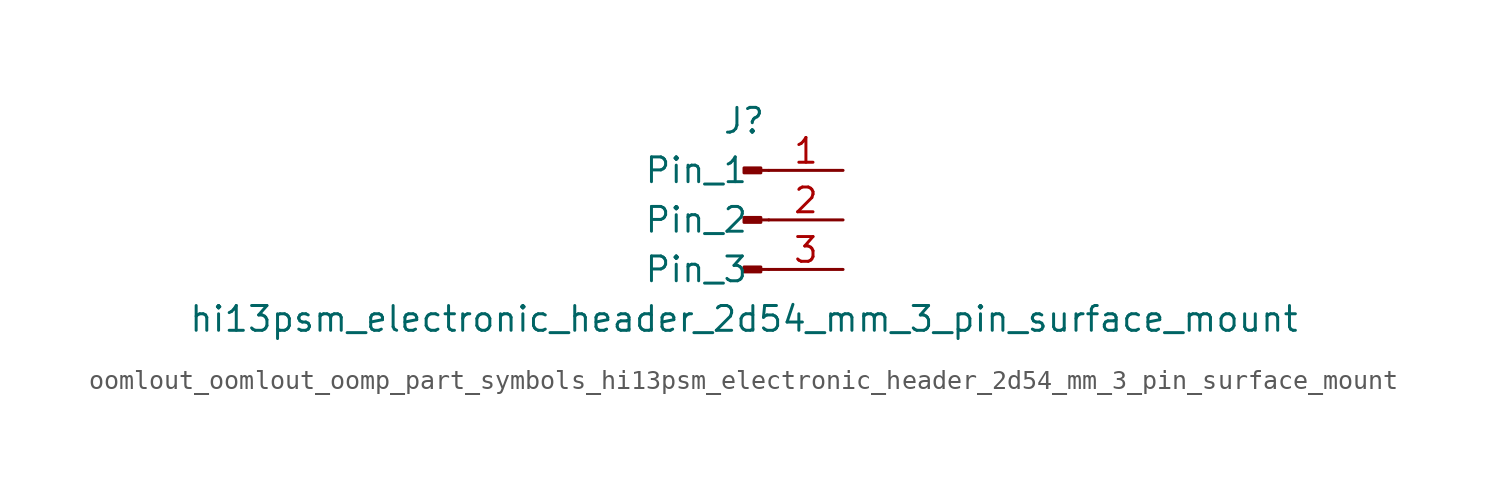
<source format=kicad_sym>
(kicad_symbol_lib
  (version 20220914)
  (generator kicad_symbol_editor)
  (symbol "oomlout_oomlout_oomp_part_symbols_hi13psm_electronic_header_2d54_mm_3_pin_surface_mount"
    (pin_names
      (offset 1.016))
    (property "Reference" "J"
      (at 0 5.08 0)
      (effects (font (size 1.27 1.27))))
    (property "Value" "hi13psm_electronic_header_2d54_mm_3_pin_surface_mount"
      (at 0 -5.08 0)
      (effects (font (size 1.27 1.27))))
    (property "ki_locked" ""
      (at 0 0 0)
      (effects (font (size 1.27 1.27))))
    (symbol "oomlout_oomlout_oomp_part_symbols_hi13psm_electronic_header_2d54_mm_3_pin_surface_mount_1_1"
      (polyline (pts (xy 1.27 -2.54) (xy 0.864 -2.54)) (stroke (width 0.152) (type default)) (fill (type none)))
      (polyline (pts (xy 1.27 0) (xy 0.864 0)) (stroke (width 0.152) (type default)) (fill (type none)))
      (polyline (pts (xy 1.27 2.54) (xy 0.864 2.54)) (stroke (width 0.152) (type default)) (fill (type none)))
      (rectangle (start 0.864 -2.413) (end 0 -2.667) (stroke (width 0.152) (type default)) (fill (type outline)))
      (rectangle (start 0.864 0.127) (end 0 -0.127) (stroke (width 0.152) (type default)) (fill (type outline)))
      (rectangle (start 0.864 2.667) (end 0 2.413) (stroke (width 0.152) (type default)) (fill (type outline)))
      (pin passive line (at 5.08 2.54 180) (length 3.81) (name "Pin_1" (effects (font (size 1.27 1.27)))) (number "1" (effects (font (size 1.27 1.27)))))
      (pin passive line (at 5.08 0 180) (length 3.81) (name "Pin_2" (effects (font (size 1.27 1.27)))) (number "2" (effects (font (size 1.27 1.27)))))
      (pin passive line (at 5.08 -2.54 180) (length 3.81) (name "Pin_3" (effects (font (size 1.27 1.27)))) (number "3" (effects (font (size 1.27 1.27))))))))
</source>
